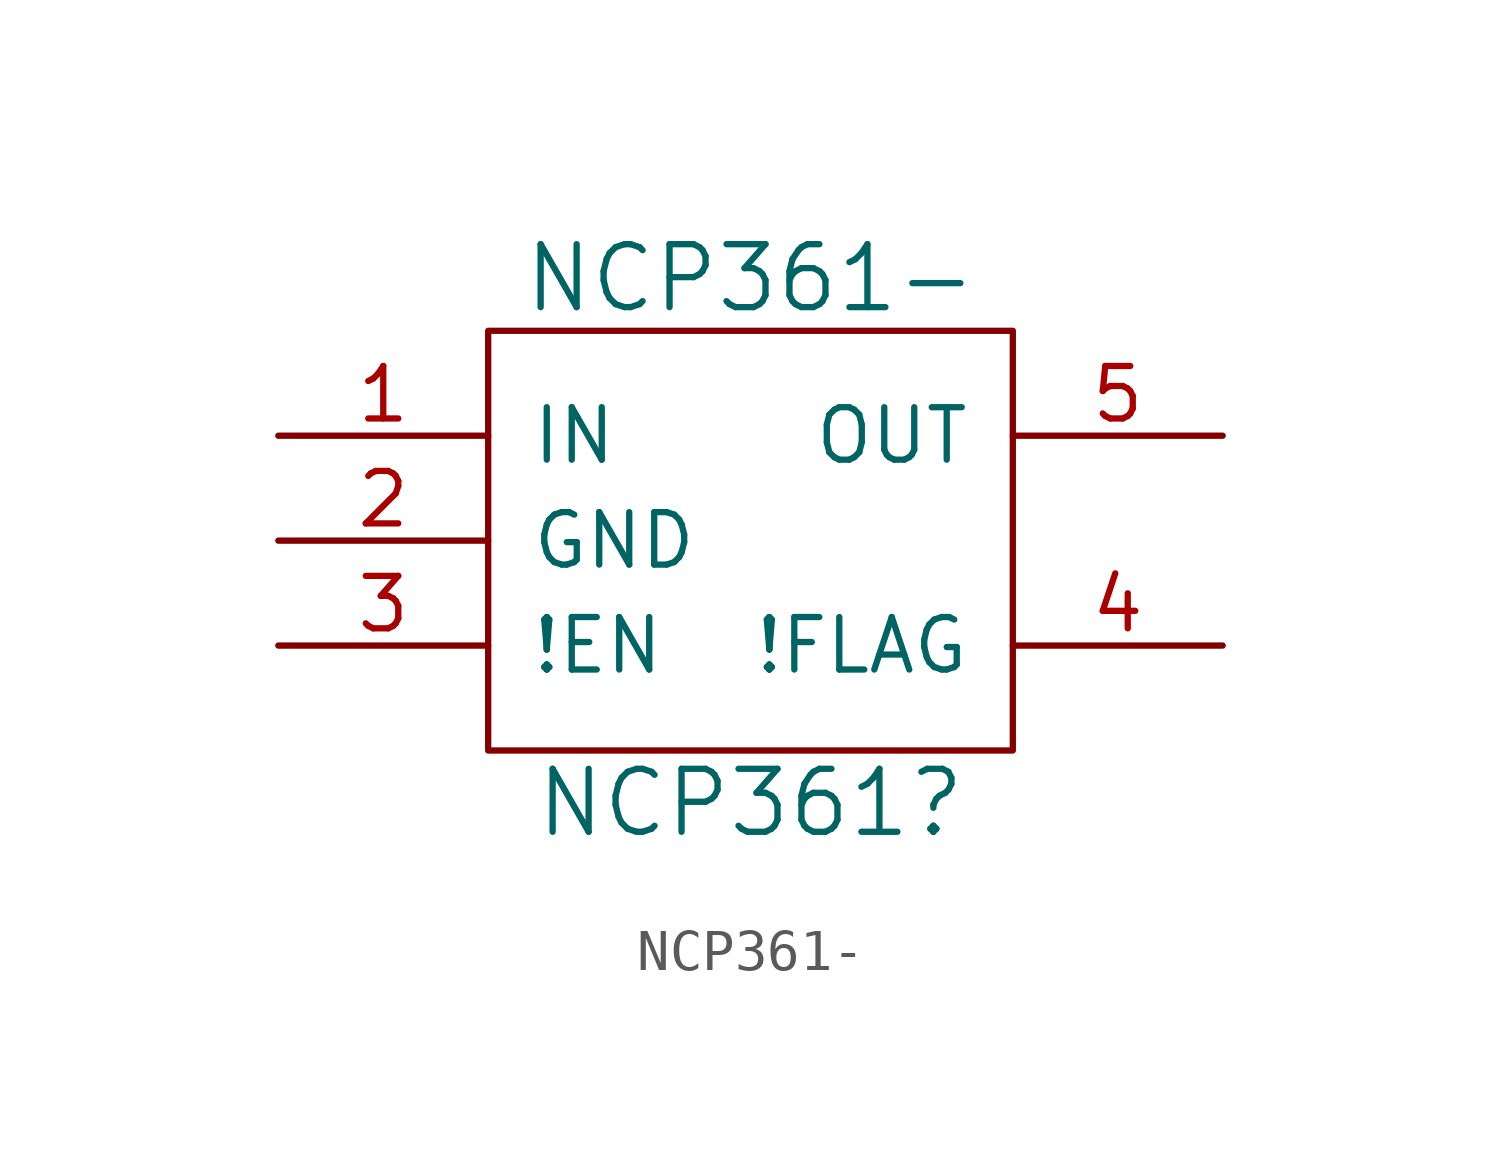
<source format=kicad_sym>
(kicad_symbol_lib
  (version 20231120)
  (generator "kicad_symbol_editor")
  (generator_version "8.0")
  (symbol "NCP361-"
    (pin_names
      (offset 1.016))
    (property "Reference" "NCP361"
      (at 0 -6.35 0)
      (effects (font (size 1.524 1.524))))
    (property "Value" "NCP361-"
      (at 0 6.35 0)
      (effects (font (size 1.524 1.524))))
    (property "Footprint" ""
      (at -10.16 0 0)
      (effects (font (size 1.524 1.524))))
    (property "Datasheet" ""
      (at -10.16 0 0)
      (effects (font (size 1.524 1.524))))
    (symbol "NCP361-_0_1"
      (rectangle (start -6.35 -5.08) (end 6.35 5.08) (stroke (width 0) (type solid)) (fill (type none))))
    (symbol "NCP361-_1_1"
      (pin input line (at -11.43 2.54 0) (length 5.08) (name "IN" (effects (font (size 1.27 1.27)))) (number "1" (effects (font (size 1.27 1.27)))))
      (pin input line (at -11.43 0 0) (length 5.08) (name "GND" (effects (font (size 1.27 1.27)))) (number "2" (effects (font (size 1.27 1.27)))))
      (pin input line (at -11.43 -2.54 0) (length 5.08) (name "!EN" (effects (font (size 1.27 1.27)))) (number "3" (effects (font (size 1.27 1.27)))))
      (pin input line (at 11.43 -2.54 180) (length 5.08) (name "!FLAG" (effects (font (size 1.27 1.27)))) (number "4" (effects (font (size 1.27 1.27)))))
      (pin power_out line (at 11.43 2.54 180) (length 5.08) (name "OUT" (effects (font (size 1.27 1.27)))) (number "5" (effects (font (size 1.27 1.27))))))))
</source>
